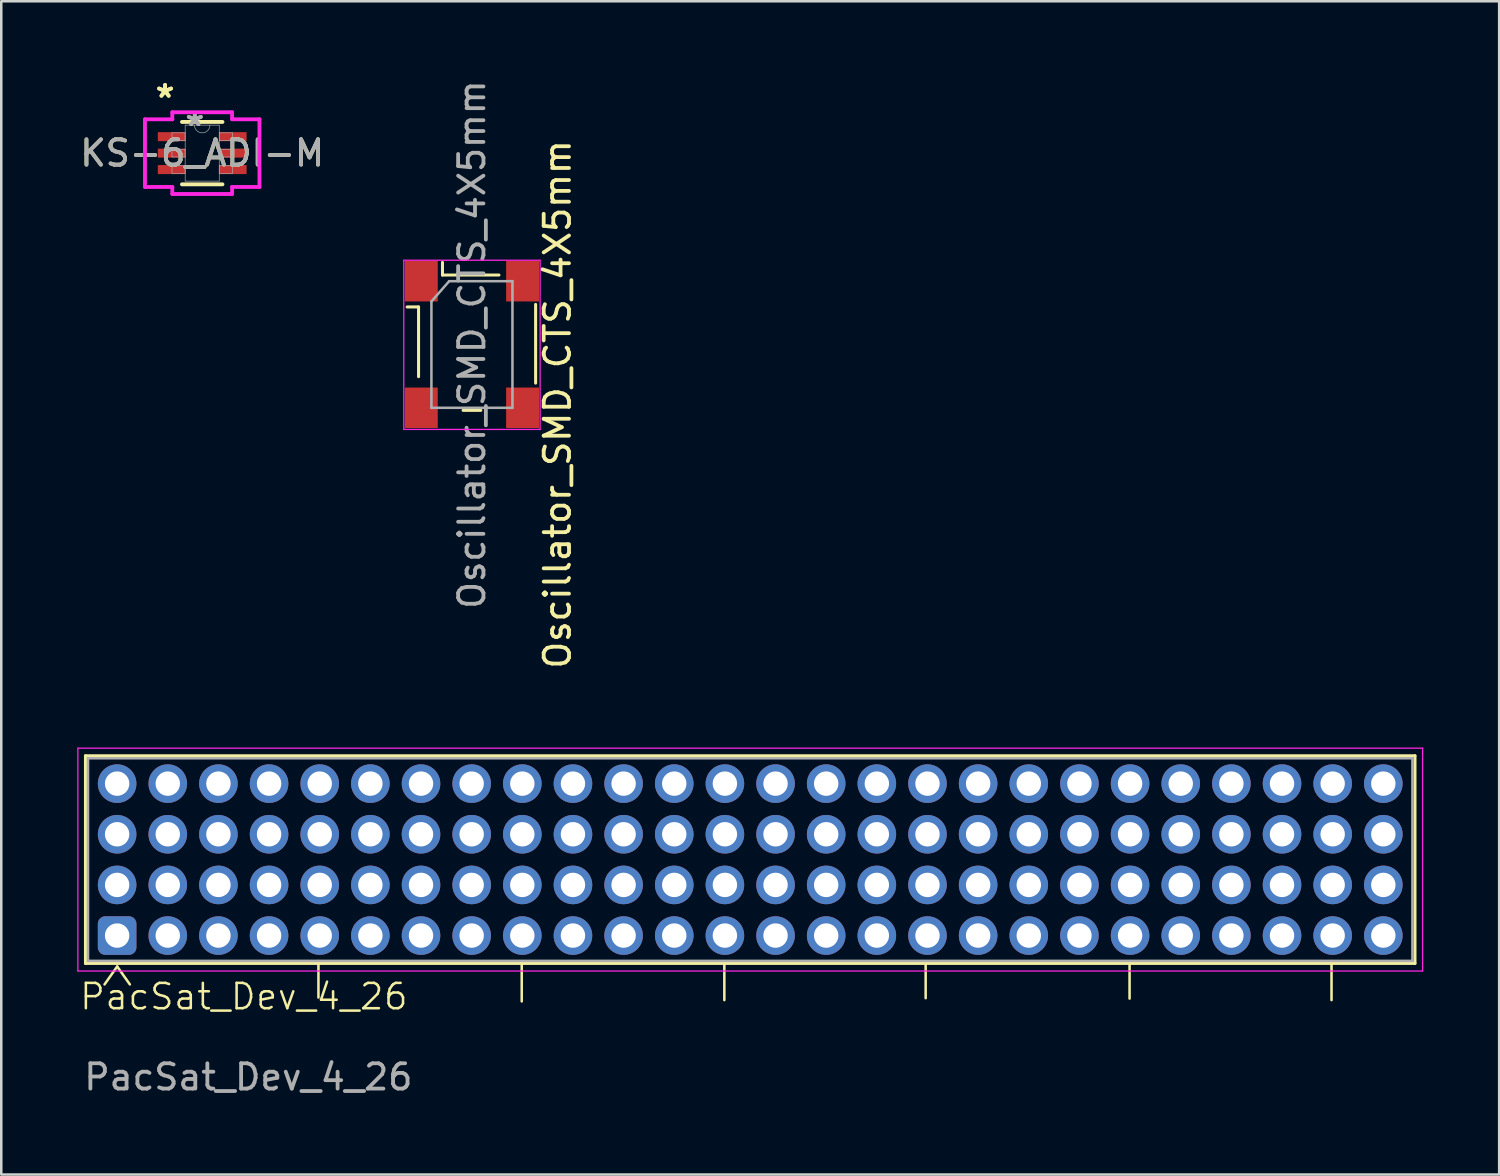
<source format=kicad_pcb>
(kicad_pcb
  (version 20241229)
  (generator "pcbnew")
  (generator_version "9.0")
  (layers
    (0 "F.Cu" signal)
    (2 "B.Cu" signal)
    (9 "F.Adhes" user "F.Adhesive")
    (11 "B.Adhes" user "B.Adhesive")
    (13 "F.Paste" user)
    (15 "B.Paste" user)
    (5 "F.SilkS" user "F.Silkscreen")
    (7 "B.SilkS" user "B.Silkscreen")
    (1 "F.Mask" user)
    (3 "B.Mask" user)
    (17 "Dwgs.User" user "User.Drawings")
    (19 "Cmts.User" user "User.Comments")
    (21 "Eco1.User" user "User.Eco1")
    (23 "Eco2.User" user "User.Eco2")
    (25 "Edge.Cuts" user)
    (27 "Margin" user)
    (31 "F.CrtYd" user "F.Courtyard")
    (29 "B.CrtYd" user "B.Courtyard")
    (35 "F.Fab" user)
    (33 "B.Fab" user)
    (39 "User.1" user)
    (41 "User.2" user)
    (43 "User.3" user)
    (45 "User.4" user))
  (footprint "KS-6_ADI-M"
    (layer "F.Cu")
    (at 4.935 2.997)
    (property "Reference" "KS-6_ADI-M" (at 0 0 0) (unlocked yes) (layer "F.SilkS") (effects (font (size 1 1) (thickness 0.15))))
    (attr smd)
    (fp_line (start -0.8 1.232) (end 0.8 1.232) (stroke (width 0.152) (type solid)) (layer "F.SilkS"))
    (fp_line (start 0.8 -1.232) (end -0.8 -1.232) (stroke (width 0.152) (type solid)) (layer "F.SilkS"))
    (fp_line (start -2.261 -1.336) (end -1.181 -1.336) (stroke (width 0.152) (type solid)) (layer "F.CrtYd"))
    (fp_line (start -2.261 1.336) (end -2.261 -1.336) (stroke (width 0.152) (type solid)) (layer "F.CrtYd"))
    (fp_line (start -2.261 1.336) (end -1.181 1.336) (stroke (width 0.152) (type solid)) (layer "F.CrtYd"))
    (fp_line (start -1.181 -1.613) (end 1.181 -1.613) (stroke (width 0.152) (type solid)) (layer "F.CrtYd"))
    (fp_line (start -1.181 -1.336) (end -1.181 -1.613) (stroke (width 0.152) (type solid)) (layer "F.CrtYd"))
    (fp_line (start -1.181 1.613) (end -1.181 1.336) (stroke (width 0.152) (type solid)) (layer "F.CrtYd"))
    (fp_line (start 1.181 -1.613) (end 1.181 -1.336) (stroke (width 0.152) (type solid)) (layer "F.CrtYd"))
    (fp_line (start 1.181 1.336) (end 1.181 1.613) (stroke (width 0.152) (type solid)) (layer "F.CrtYd"))
    (fp_line (start 1.181 1.613) (end -1.181 1.613) (stroke (width 0.152) (type solid)) (layer "F.CrtYd"))
    (fp_line (start 2.261 -1.336) (end 1.181 -1.336) (stroke (width 0.152) (type solid)) (layer "F.CrtYd"))
    (fp_line (start 2.261 -1.336) (end 2.261 1.336) (stroke (width 0.152) (type solid)) (layer "F.CrtYd"))
    (fp_line (start 2.261 1.336) (end 1.181 1.336) (stroke (width 0.152) (type solid)) (layer "F.CrtYd"))
    (fp_line (start -1.194 -0.802) (end -1.194 -0.498) (stroke (width 0.025) (type solid)) (layer "F.Fab"))
    (fp_line (start -1.194 -0.498) (end -0.673 -0.498) (stroke (width 0.025) (type solid)) (layer "F.Fab"))
    (fp_line (start -1.194 -0.152) (end -1.194 0.152) (stroke (width 0.025) (type solid)) (layer "F.Fab"))
    (fp_line (start -1.194 0.152) (end -0.673 0.152) (stroke (width 0.025) (type solid)) (layer "F.Fab"))
    (fp_line (start -1.194 0.498) (end -1.194 0.802) (stroke (width 0.025) (type solid)) (layer "F.Fab"))
    (fp_line (start -1.194 0.802) (end -0.673 0.802) (stroke (width 0.025) (type solid)) (layer "F.Fab"))
    (fp_line (start -0.673 -1.105) (end -0.673 1.105) (stroke (width 0.025) (type solid)) (layer "F.Fab"))
    (fp_line (start -0.673 -0.802) (end -1.194 -0.802) (stroke (width 0.025) (type solid)) (layer "F.Fab"))
    (fp_line (start -0.673 -0.498) (end -0.673 -0.802) (stroke (width 0.025) (type solid)) (layer "F.Fab"))
    (fp_line (start -0.673 -0.152) (end -1.194 -0.152) (stroke (width 0.025) (type solid)) (layer "F.Fab"))
    (fp_line (start -0.673 0.152) (end -0.673 -0.152) (stroke (width 0.025) (type solid)) (layer "F.Fab"))
    (fp_line (start -0.673 0.498) (end -1.194 0.498) (stroke (width 0.025) (type solid)) (layer "F.Fab"))
    (fp_line (start -0.673 0.802) (end -0.673 0.498) (stroke (width 0.025) (type solid)) (layer "F.Fab"))
    (fp_line (start -0.673 1.105) (end 0.673 1.105) (stroke (width 0.025) (type solid)) (layer "F.Fab"))
    (fp_line (start 0.673 -1.105) (end -0.673 -1.105) (stroke (width 0.025) (type solid)) (layer "F.Fab"))
    (fp_line (start 0.673 -0.802) (end 0.673 -0.498) (stroke (width 0.025) (type solid)) (layer "F.Fab"))
    (fp_line (start 0.673 -0.498) (end 1.194 -0.498) (stroke (width 0.025) (type solid)) (layer "F.Fab"))
    (fp_line (start 0.673 -0.152) (end 0.673 0.152) (stroke (width 0.025) (type solid)) (layer "F.Fab"))
    (fp_line (start 0.673 0.152) (end 1.194 0.152) (stroke (width 0.025) (type solid)) (layer "F.Fab"))
    (fp_line (start 0.673 0.498) (end 0.673 0.802) (stroke (width 0.025) (type solid)) (layer "F.Fab"))
    (fp_line (start 0.673 0.802) (end 1.194 0.802) (stroke (width 0.025) (type solid)) (layer "F.Fab"))
    (fp_line (start 0.673 1.105) (end 0.673 -1.105) (stroke (width 0.025) (type solid)) (layer "F.Fab"))
    (fp_line (start 1.194 -0.802) (end 0.673 -0.802) (stroke (width 0.025) (type solid)) (layer "F.Fab"))
    (fp_line (start 1.194 -0.498) (end 1.194 -0.802) (stroke (width 0.025) (type solid)) (layer "F.Fab"))
    (fp_line (start 1.194 -0.152) (end 0.673 -0.152) (stroke (width 0.025) (type solid)) (layer "F.Fab"))
    (fp_line (start 1.194 0.152) (end 1.194 -0.152) (stroke (width 0.025) (type solid)) (layer "F.Fab"))
    (fp_line (start 1.194 0.498) (end 0.673 0.498) (stroke (width 0.025) (type solid)) (layer "F.Fab"))
    (fp_line (start 1.194 0.802) (end 1.194 0.498) (stroke (width 0.025) (type solid)) (layer "F.Fab"))
    (fp_arc (start 0.3048 -1.1049) (mid 0 -0.8001) (end -0.3048 -1.1049) (stroke (width 0.0254) (type solid)) (layer "F.Fab"))
    (fp_text user "*" (at -1.467 -2.149 0) (layer "F.SilkS") (effects (font (size 1 1) (thickness 0.15))))
    (fp_text user "*" (at -1.467 -2.149 0) (unlocked yes) (layer "F.SilkS") (effects (font (size 1 1) (thickness 0.15))))
    (fp_text user "*" (at -0.292 -1.029 0) (unlocked yes) (layer "F.Fab") (effects (font (size 1 1) (thickness 0.15))))
    (fp_text user "*" (at -0.292 -1.029 0) (layer "F.Fab") (effects (font (size 1 1) (thickness 0.15))))
    (fp_text user "${REFERENCE}" (at 0 0 0) (unlocked yes) (layer "F.Fab") (effects (font (size 1 1) (thickness 0.15))))
    (pad "1" smd rect (at -1.213 -0.65) (size 1.079 0.356) (layers "F.Cu" "F.Mask" "F.Paste"))
    (pad "2" smd rect (at -1.213 0) (size 1.079 0.356) (layers "F.Cu" "F.Mask" "F.Paste"))
    (pad "3" smd rect (at -1.213 0.65) (size 1.079 0.356) (layers "F.Cu" "F.Mask" "F.Paste"))
    (pad "4" smd rect (at 1.213 0.65) (size 1.079 0.356) (layers "F.Cu" "F.Mask" "F.Paste"))
    (pad "5" smd rect (at 1.213 0) (size 1.079 0.356) (layers "F.Cu" "F.Mask" "F.Paste"))
    (pad "6" smd rect (at 1.213 -0.65) (size 1.079 0.356) (layers "F.Cu" "F.Mask" "F.Paste")))
  (footprint "Oscillator_SMD_CTS_4X5mm"
    (layer "F.Cu")
    (at 15.586 10.554)
    (property "Reference" "Oscillator_SMD_CTS_4X5mm" (at 3.378 2.362 270) (layer "F.SilkS") (effects (font (size 1 1) (thickness 0.15))))
    (attr smd)
    (fp_line (start -2.108 -1.483) (end -2.558 -1.483) (stroke (width 0.12) (type solid)) (layer "F.SilkS"))
    (fp_line (start -2.108 1.27) (end -2.108 -1.483) (stroke (width 0.12) (type solid)) (layer "F.SilkS"))
    (fp_line (start -1.163 -2.743) (end -1.163 -3.243) (stroke (width 0.12) (type solid)) (layer "F.SilkS"))
    (fp_line (start -1.163 -2.743) (end 1.067 -2.743) (stroke (width 0.12) (type solid)) (layer "F.SilkS"))
    (fp_line (start 0.35 2.6) (end -0.35 2.6) (stroke (width 0.12) (type solid)) (layer "F.SilkS"))
    (fp_line (start 2.515 -1.583) (end 2.515 1.524) (stroke (width 0.12) (type solid)) (layer "F.SilkS"))
    (fp_line (start -2.692 -3.327) (end 2.692 -3.327) (stroke (width 0.05) (type solid)) (layer "F.CrtYd"))
    (fp_line (start -2.692 3.353) (end -2.692 -3.327) (stroke (width 0.05) (type solid)) (layer "F.CrtYd"))
    (fp_line (start 2.692 -3.327) (end 2.692 3.353) (stroke (width 0.05) (type solid)) (layer "F.CrtYd"))
    (fp_line (start 2.692 3.353) (end -2.692 3.353) (stroke (width 0.05) (type solid)) (layer "F.CrtYd"))
    (fp_line (start -1.6 -1.7) (end -0.9 -2.5) (stroke (width 0.1) (type solid)) (layer "F.Fab"))
    (fp_line (start -1.6 2.5) (end -1.6 -1.7) (stroke (width 0.1) (type solid)) (layer "F.Fab"))
    (fp_line (start -0.9 -2.5) (end 1.6 -2.5) (stroke (width 0.1) (type solid)) (layer "F.Fab"))
    (fp_line (start 1.6 -2.5) (end 1.6 2.5) (stroke (width 0.1) (type solid)) (layer "F.Fab"))
    (fp_line (start 1.6 2.5) (end -1.6 2.5) (stroke (width 0.1) (type solid)) (layer "F.Fab"))
    (fp_text user "${REFERENCE}" (at 0 0 270) (layer "F.Fab") (effects (font (size 1 1) (thickness 0.15))))
    (pad "1" smd rect (at -2 -2.5 270) (size 1.6 1.3) (layers "F.Cu" "F.Mask" "F.Paste"))
    (pad "2" smd rect (at -2 2.5 270) (size 1.6 1.3) (layers "F.Cu" "F.Mask" "F.Paste"))
    (pad "3" smd rect (at 2 2.5 270) (size 1.6 1.3) (layers "F.Cu" "F.Mask" "F.Paste"))
    (pad "4" smd rect (at 2 -2.5 270) (size 1.6 1.3) (layers "F.Cu" "F.Mask" "F.Paste")))
  (footprint "PacSat_Dev_4_26"
    (layer "F.Cu")
    (at 1.575 33.894)
    (property "Reference" "PacSat_Dev_4_26" (at 5.004 2.41 0) (unlocked yes) (layer "F.SilkS") (effects (font (size 1 1) (thickness 0.1))))
    (attr through_hole)
    (fp_line (start -1.25 -7.1) (end 51.25 -7.1) (stroke (width 0.12) (type solid)) (layer "F.SilkS"))
    (fp_line (start -1.25 1.1) (end -1.25 -7.1) (stroke (width 0.12) (type solid)) (layer "F.SilkS"))
    (fp_line (start 0.003 1.221) (end -0.497 1.929) (stroke (width 0.1) (type solid)) (layer "F.SilkS"))
    (fp_line (start 0.503 1.929) (end 0.003 1.221) (stroke (width 0.1) (type solid)) (layer "F.SilkS"))
    (fp_line (start 7.95 1.007) (end 7.95 2.447) (stroke (width 0.1) (type solid)) (layer "F.SilkS"))
    (fp_line (start 15.977 1.16) (end 15.977 2.6) (stroke (width 0.1) (type solid)) (layer "F.SilkS"))
    (fp_line (start 23.978 1.109) (end 23.978 2.549) (stroke (width 0.1) (type solid)) (layer "F.SilkS"))
    (fp_line (start 31.928 1.033) (end 31.928 2.473) (stroke (width 0.1) (type solid)) (layer "F.SilkS"))
    (fp_line (start 39.98 1.049) (end 39.98 2.489) (stroke (width 0.1) (type solid)) (layer "F.SilkS"))
    (fp_line (start 47.955 1.109) (end 47.955 2.549) (stroke (width 0.1) (type solid)) (layer "F.SilkS"))
    (fp_line (start 51.25 -7.1) (end 51.25 1.1) (stroke (width 0.12) (type solid)) (layer "F.SilkS"))
    (fp_line (start 51.25 1.1) (end -1.25 1.1) (stroke (width 0.12) (type solid)) (layer "F.SilkS"))
    (fp_line (start -1.55 -7.4) (end 51.55 -7.4) (stroke (width 0.05) (type solid)) (layer "F.CrtYd"))
    (fp_line (start -1.55 1.4) (end -1.55 -7.4) (stroke (width 0.05) (type solid)) (layer "F.CrtYd"))
    (fp_line (start 51.55 -7.4) (end 51.55 1.4) (stroke (width 0.05) (type solid)) (layer "F.CrtYd"))
    (fp_line (start 51.55 1.4) (end -1.55 1.4) (stroke (width 0.05) (type solid)) (layer "F.CrtYd"))
    (fp_line (start -1.15 -7) (end 51.15 -7) (stroke (width 0.1) (type solid)) (layer "F.Fab"))
    (fp_line (start -1.15 1) (end -1.15 -7) (stroke (width 0.1) (type solid)) (layer "F.Fab"))
    (fp_line (start 51.15 -7) (end 51.15 1) (stroke (width 0.1) (type solid)) (layer "F.Fab"))
    (fp_line (start 51.15 1) (end -1.15 1) (stroke (width 0.1) (type solid)) (layer "F.Fab"))
    (fp_text user "${REFERENCE}" (at 5.182 5.588 0) (unlocked yes) (layer "F.Fab") (effects (font (size 1 1) (thickness 0.15))))
    (pad "1" thru_hole roundrect (at 0 0) (size 1.524 1.524) (drill 0.965) (layers "*.Cu" "*.Mask") (roundrect_rratio 0.191))
    (pad "2" thru_hole circle (at 0 -2) (size 1.524 1.524) (drill 0.965) (layers "*.Cu" "*.Mask"))
    (pad "3" thru_hole circle (at 0 -4) (size 1.524 1.524) (drill 0.965) (layers "*.Cu" "*.Mask"))
    (pad "4" thru_hole circle (at 0 -6) (size 1.524 1.524) (drill 0.965) (layers "*.Cu" "*.Mask"))
    (pad "5" thru_hole circle (at 2 0) (size 1.524 1.524) (drill 0.965) (layers "*.Cu" "*.Mask"))
    (pad "6" thru_hole circle (at 2 -2) (size 1.524 1.524) (drill 0.965) (layers "*.Cu" "*.Mask"))
    (pad "7" thru_hole circle (at 2 -4) (size 1.524 1.524) (drill 0.965) (layers "*.Cu" "*.Mask"))
    (pad "8" thru_hole circle (at 2 -6) (size 1.524 1.524) (drill 0.965) (layers "*.Cu" "*.Mask"))
    (pad "9" thru_hole circle (at 4 0) (size 1.524 1.524) (drill 0.965) (layers "*.Cu" "*.Mask"))
    (pad "10" thru_hole circle (at 4 -2) (size 1.524 1.524) (drill 0.965) (layers "*.Cu" "*.Mask"))
    (pad "11" thru_hole circle (at 4 -4) (size 1.524 1.524) (drill 0.965) (layers "*.Cu" "*.Mask"))
    (pad "12" thru_hole circle (at 4 -6) (size 1.524 1.524) (drill 0.965) (layers "*.Cu" "*.Mask"))
    (pad "13" thru_hole circle (at 6 0) (size 1.524 1.524) (drill 0.965) (layers "*.Cu" "*.Mask"))
    (pad "14" thru_hole circle (at 6 -2) (size 1.524 1.524) (drill 0.965) (layers "*.Cu" "*.Mask"))
    (pad "15" thru_hole circle (at 6 -4) (size 1.524 1.524) (drill 0.965) (layers "*.Cu" "*.Mask"))
    (pad "16" thru_hole circle (at 6 -6) (size 1.524 1.524) (drill 0.965) (layers "*.Cu" "*.Mask"))
    (pad "17" thru_hole circle (at 8 0) (size 1.524 1.524) (drill 0.965) (layers "*.Cu" "*.Mask"))
    (pad "18" thru_hole circle (at 8 -2) (size 1.524 1.524) (drill 0.965) (layers "*.Cu" "*.Mask"))
    (pad "19" thru_hole circle (at 8 -4) (size 1.524 1.524) (drill 0.965) (layers "*.Cu" "*.Mask"))
    (pad "20" thru_hole circle (at 8 -6) (size 1.524 1.524) (drill 0.965) (layers "*.Cu" "*.Mask"))
    (pad "21" thru_hole circle (at 10 0) (size 1.524 1.524) (drill 0.965) (layers "*.Cu" "*.Mask"))
    (pad "22" thru_hole circle (at 10 -2) (size 1.524 1.524) (drill 0.965) (layers "*.Cu" "*.Mask"))
    (pad "23" thru_hole circle (at 10 -4) (size 1.524 1.524) (drill 0.965) (layers "*.Cu" "*.Mask"))
    (pad "24" thru_hole circle (at 10 -6) (size 1.524 1.524) (drill 0.965) (layers "*.Cu" "*.Mask"))
    (pad "25" thru_hole circle (at 12 0) (size 1.524 1.524) (drill 0.965) (layers "*.Cu" "*.Mask"))
    (pad "26" thru_hole circle (at 12 -2) (size 1.524 1.524) (drill 0.965) (layers "*.Cu" "*.Mask"))
    (pad "27" thru_hole circle (at 12 -4) (size 1.524 1.524) (drill 0.965) (layers "*.Cu" "*.Mask"))
    (pad "28" thru_hole circle (at 12 -6) (size 1.524 1.524) (drill 0.965) (layers "*.Cu" "*.Mask"))
    (pad "29" thru_hole circle (at 14 0) (size 1.524 1.524) (drill 0.965) (layers "*.Cu" "*.Mask"))
    (pad "30" thru_hole circle (at 14 -2) (size 1.524 1.524) (drill 0.965) (layers "*.Cu" "*.Mask"))
    (pad "31" thru_hole circle (at 14 -4) (size 1.524 1.524) (drill 0.965) (layers "*.Cu" "*.Mask"))
    (pad "32" thru_hole circle (at 14 -6) (size 1.524 1.524) (drill 0.965) (layers "*.Cu" "*.Mask"))
    (pad "33" thru_hole circle (at 16 0) (size 1.524 1.524) (drill 0.965) (layers "*.Cu" "*.Mask"))
    (pad "34" thru_hole circle (at 16 -2) (size 1.524 1.524) (drill 0.965) (layers "*.Cu" "*.Mask"))
    (pad "35" thru_hole circle (at 16 -4) (size 1.524 1.524) (drill 0.965) (layers "*.Cu" "*.Mask"))
    (pad "36" thru_hole circle (at 16 -6) (size 1.524 1.524) (drill 0.965) (layers "*.Cu" "*.Mask"))
    (pad "37" thru_hole circle (at 18 0) (size 1.524 1.524) (drill 0.965) (layers "*.Cu" "*.Mask"))
    (pad "38" thru_hole circle (at 18 -2) (size 1.524 1.524) (drill 0.965) (layers "*.Cu" "*.Mask"))
    (pad "39" thru_hole circle (at 18 -4) (size 1.524 1.524) (drill 0.965) (layers "*.Cu" "*.Mask"))
    (pad "40" thru_hole circle (at 18 -6) (size 1.524 1.524) (drill 0.965) (layers "*.Cu" "*.Mask"))
    (pad "41" thru_hole circle (at 20 0) (size 1.524 1.524) (drill 0.965) (layers "*.Cu" "*.Mask"))
    (pad "42" thru_hole circle (at 20 -2) (size 1.524 1.524) (drill 0.965) (layers "*.Cu" "*.Mask"))
    (pad "43" thru_hole circle (at 20 -4) (size 1.524 1.524) (drill 0.965) (layers "*.Cu" "*.Mask"))
    (pad "44" thru_hole circle (at 20 -6) (size 1.524 1.524) (drill 0.965) (layers "*.Cu" "*.Mask"))
    (pad "45" thru_hole circle (at 22 0) (size 1.524 1.524) (drill 0.965) (layers "*.Cu" "*.Mask"))
    (pad "46" thru_hole circle (at 22 -2) (size 1.524 1.524) (drill 0.965) (layers "*.Cu" "*.Mask"))
    (pad "47" thru_hole circle (at 22 -4) (size 1.524 1.524) (drill 0.965) (layers "*.Cu" "*.Mask"))
    (pad "48" thru_hole circle (at 22 -6) (size 1.524 1.524) (drill 0.965) (layers "*.Cu" "*.Mask"))
    (pad "49" thru_hole circle (at 24 0) (size 1.524 1.524) (drill 0.965) (layers "*.Cu" "*.Mask"))
    (pad "50" thru_hole circle (at 24 -2) (size 1.524 1.524) (drill 0.965) (layers "*.Cu" "*.Mask"))
    (pad "51" thru_hole circle (at 24 -4) (size 1.524 1.524) (drill 0.965) (layers "*.Cu" "*.Mask"))
    (pad "52" thru_hole circle (at 24 -6) (size 1.524 1.524) (drill 0.965) (layers "*.Cu" "*.Mask"))
    (pad "53" thru_hole circle (at 26 0) (size 1.524 1.524) (drill 0.965) (layers "*.Cu" "*.Mask"))
    (pad "54" thru_hole circle (at 26 -2) (size 1.524 1.524) (drill 0.965) (layers "*.Cu" "*.Mask"))
    (pad "55" thru_hole circle (at 26 -4) (size 1.524 1.524) (drill 0.965) (layers "*.Cu" "*.Mask"))
    (pad "56" thru_hole circle (at 26 -6) (size 1.524 1.524) (drill 0.965) (layers "*.Cu" "*.Mask"))
    (pad "57" thru_hole circle (at 28 0) (size 1.524 1.524) (drill 0.965) (layers "*.Cu" "*.Mask"))
    (pad "58" thru_hole circle (at 28 -2) (size 1.524 1.524) (drill 0.965) (layers "*.Cu" "*.Mask"))
    (pad "59" thru_hole circle (at 28 -4) (size 1.524 1.524) (drill 0.965) (layers "*.Cu" "*.Mask"))
    (pad "60" thru_hole circle (at 28 -6) (size 1.524 1.524) (drill 0.965) (layers "*.Cu" "*.Mask"))
    (pad "61" thru_hole circle (at 30 0) (size 1.524 1.524) (drill 0.965) (layers "*.Cu" "*.Mask"))
    (pad "62" thru_hole circle (at 30 -2) (size 1.524 1.524) (drill 0.965) (layers "*.Cu" "*.Mask"))
    (pad "63" thru_hole circle (at 30 -4) (size 1.524 1.524) (drill 0.965) (layers "*.Cu" "*.Mask"))
    (pad "64" thru_hole circle (at 30 -6) (size 1.524 1.524) (drill 0.965) (layers "*.Cu" "*.Mask"))
    (pad "65" thru_hole circle (at 32 0) (size 1.524 1.524) (drill 0.965) (layers "*.Cu" "*.Mask"))
    (pad "66" thru_hole circle (at 32 -2) (size 1.524 1.524) (drill 0.965) (layers "*.Cu" "*.Mask"))
    (pad "67" thru_hole circle (at 32 -4) (size 1.524 1.524) (drill 0.965) (layers "*.Cu" "*.Mask"))
    (pad "68" thru_hole circle (at 32 -6) (size 1.524 1.524) (drill 0.965) (layers "*.Cu" "*.Mask"))
    (pad "69" thru_hole circle (at 34 0) (size 1.524 1.524) (drill 0.965) (layers "*.Cu" "*.Mask"))
    (pad "70" thru_hole circle (at 34 -2) (size 1.524 1.524) (drill 0.965) (layers "*.Cu" "*.Mask"))
    (pad "71" thru_hole circle (at 34 -4) (size 1.524 1.524) (drill 0.965) (layers "*.Cu" "*.Mask"))
    (pad "72" thru_hole circle (at 34 -6) (size 1.524 1.524) (drill 0.965) (layers "*.Cu" "*.Mask"))
    (pad "73" thru_hole circle (at 36 0) (size 1.524 1.524) (drill 0.965) (layers "*.Cu" "*.Mask"))
    (pad "74" thru_hole circle (at 36 -2) (size 1.524 1.524) (drill 0.965) (layers "*.Cu" "*.Mask"))
    (pad "75" thru_hole circle (at 36 -4) (size 1.524 1.524) (drill 0.965) (layers "*.Cu" "*.Mask"))
    (pad "76" thru_hole circle (at 36 -6) (size 1.524 1.524) (drill 0.965) (layers "*.Cu" "*.Mask"))
    (pad "77" thru_hole circle (at 38 0) (size 1.524 1.524) (drill 0.965) (layers "*.Cu" "*.Mask"))
    (pad "78" thru_hole circle (at 38 -2) (size 1.524 1.524) (drill 0.965) (layers "*.Cu" "*.Mask"))
    (pad "79" thru_hole circle (at 38 -4) (size 1.524 1.524) (drill 0.965) (layers "*.Cu" "*.Mask"))
    (pad "80" thru_hole circle (at 38 -6) (size 1.524 1.524) (drill 0.965) (layers "*.Cu" "*.Mask"))
    (pad "81" thru_hole circle (at 40 0) (size 1.524 1.524) (drill 0.965) (layers "*.Cu" "*.Mask"))
    (pad "82" thru_hole circle (at 40 -2) (size 1.524 1.524) (drill 0.965) (layers "*.Cu" "*.Mask"))
    (pad "83" thru_hole circle (at 40 -4) (size 1.524 1.524) (drill 0.965) (layers "*.Cu" "*.Mask"))
    (pad "84" thru_hole circle (at 40 -6) (size 1.524 1.524) (drill 0.965) (layers "*.Cu" "*.Mask"))
    (pad "85" thru_hole circle (at 42 0) (size 1.524 1.524) (drill 0.965) (layers "*.Cu" "*.Mask"))
    (pad "86" thru_hole circle (at 42 -2) (size 1.524 1.524) (drill 0.965) (layers "*.Cu" "*.Mask"))
    (pad "87" thru_hole circle (at 42 -4) (size 1.524 1.524) (drill 0.965) (layers "*.Cu" "*.Mask"))
    (pad "88" thru_hole circle (at 42 -6) (size 1.524 1.524) (drill 0.965) (layers "*.Cu" "*.Mask"))
    (pad "89" thru_hole circle (at 44 0) (size 1.524 1.524) (drill 0.965) (layers "*.Cu" "*.Mask"))
    (pad "90" thru_hole circle (at 44 -2) (size 1.524 1.524) (drill 0.965) (layers "*.Cu" "*.Mask"))
    (pad "91" thru_hole circle (at 44 -4) (size 1.524 1.524) (drill 0.965) (layers "*.Cu" "*.Mask"))
    (pad "92" thru_hole circle (at 44 -6) (size 1.524 1.524) (drill 0.965) (layers "*.Cu" "*.Mask"))
    (pad "93" thru_hole circle (at 46 0) (size 1.524 1.524) (drill 0.965) (layers "*.Cu" "*.Mask"))
    (pad "94" thru_hole circle (at 46 -2) (size 1.524 1.524) (drill 0.965) (layers "*.Cu" "*.Mask"))
    (pad "95" thru_hole circle (at 46 -4) (size 1.524 1.524) (drill 0.965) (layers "*.Cu" "*.Mask"))
    (pad "96" thru_hole circle (at 46 -6) (size 1.524 1.524) (drill 0.965) (layers "*.Cu" "*.Mask"))
    (pad "97" thru_hole circle (at 48 0) (size 1.524 1.524) (drill 0.965) (layers "*.Cu" "*.Mask"))
    (pad "98" thru_hole circle (at 48 -2) (size 1.524 1.524) (drill 0.965) (layers "*.Cu" "*.Mask"))
    (pad "99" thru_hole circle (at 48 -4) (size 1.524 1.524) (drill 0.965) (layers "*.Cu" "*.Mask"))
    (pad "100" thru_hole circle (at 48 -6) (size 1.524 1.524) (drill 0.965) (layers "*.Cu" "*.Mask"))
    (pad "101" thru_hole circle (at 50 0) (size 1.524 1.524) (drill 0.965) (layers "*.Cu" "*.Mask"))
    (pad "102" thru_hole circle (at 50 -2) (size 1.524 1.524) (drill 0.965) (layers "*.Cu" "*.Mask"))
    (pad "103" thru_hole circle (at 50 -4) (size 1.524 1.524) (drill 0.965) (layers "*.Cu" "*.Mask"))
    (pad "104" thru_hole circle (at 50 -6) (size 1.524 1.524) (drill 0.965) (layers "*.Cu" "*.Mask")))
  (gr_rect
    (start -3 -3)
    (end 56.15 43.331)
    (stroke (width 0.1) (type default))
    (fill no)
    (layer "Edge.Cuts")))
</source>
